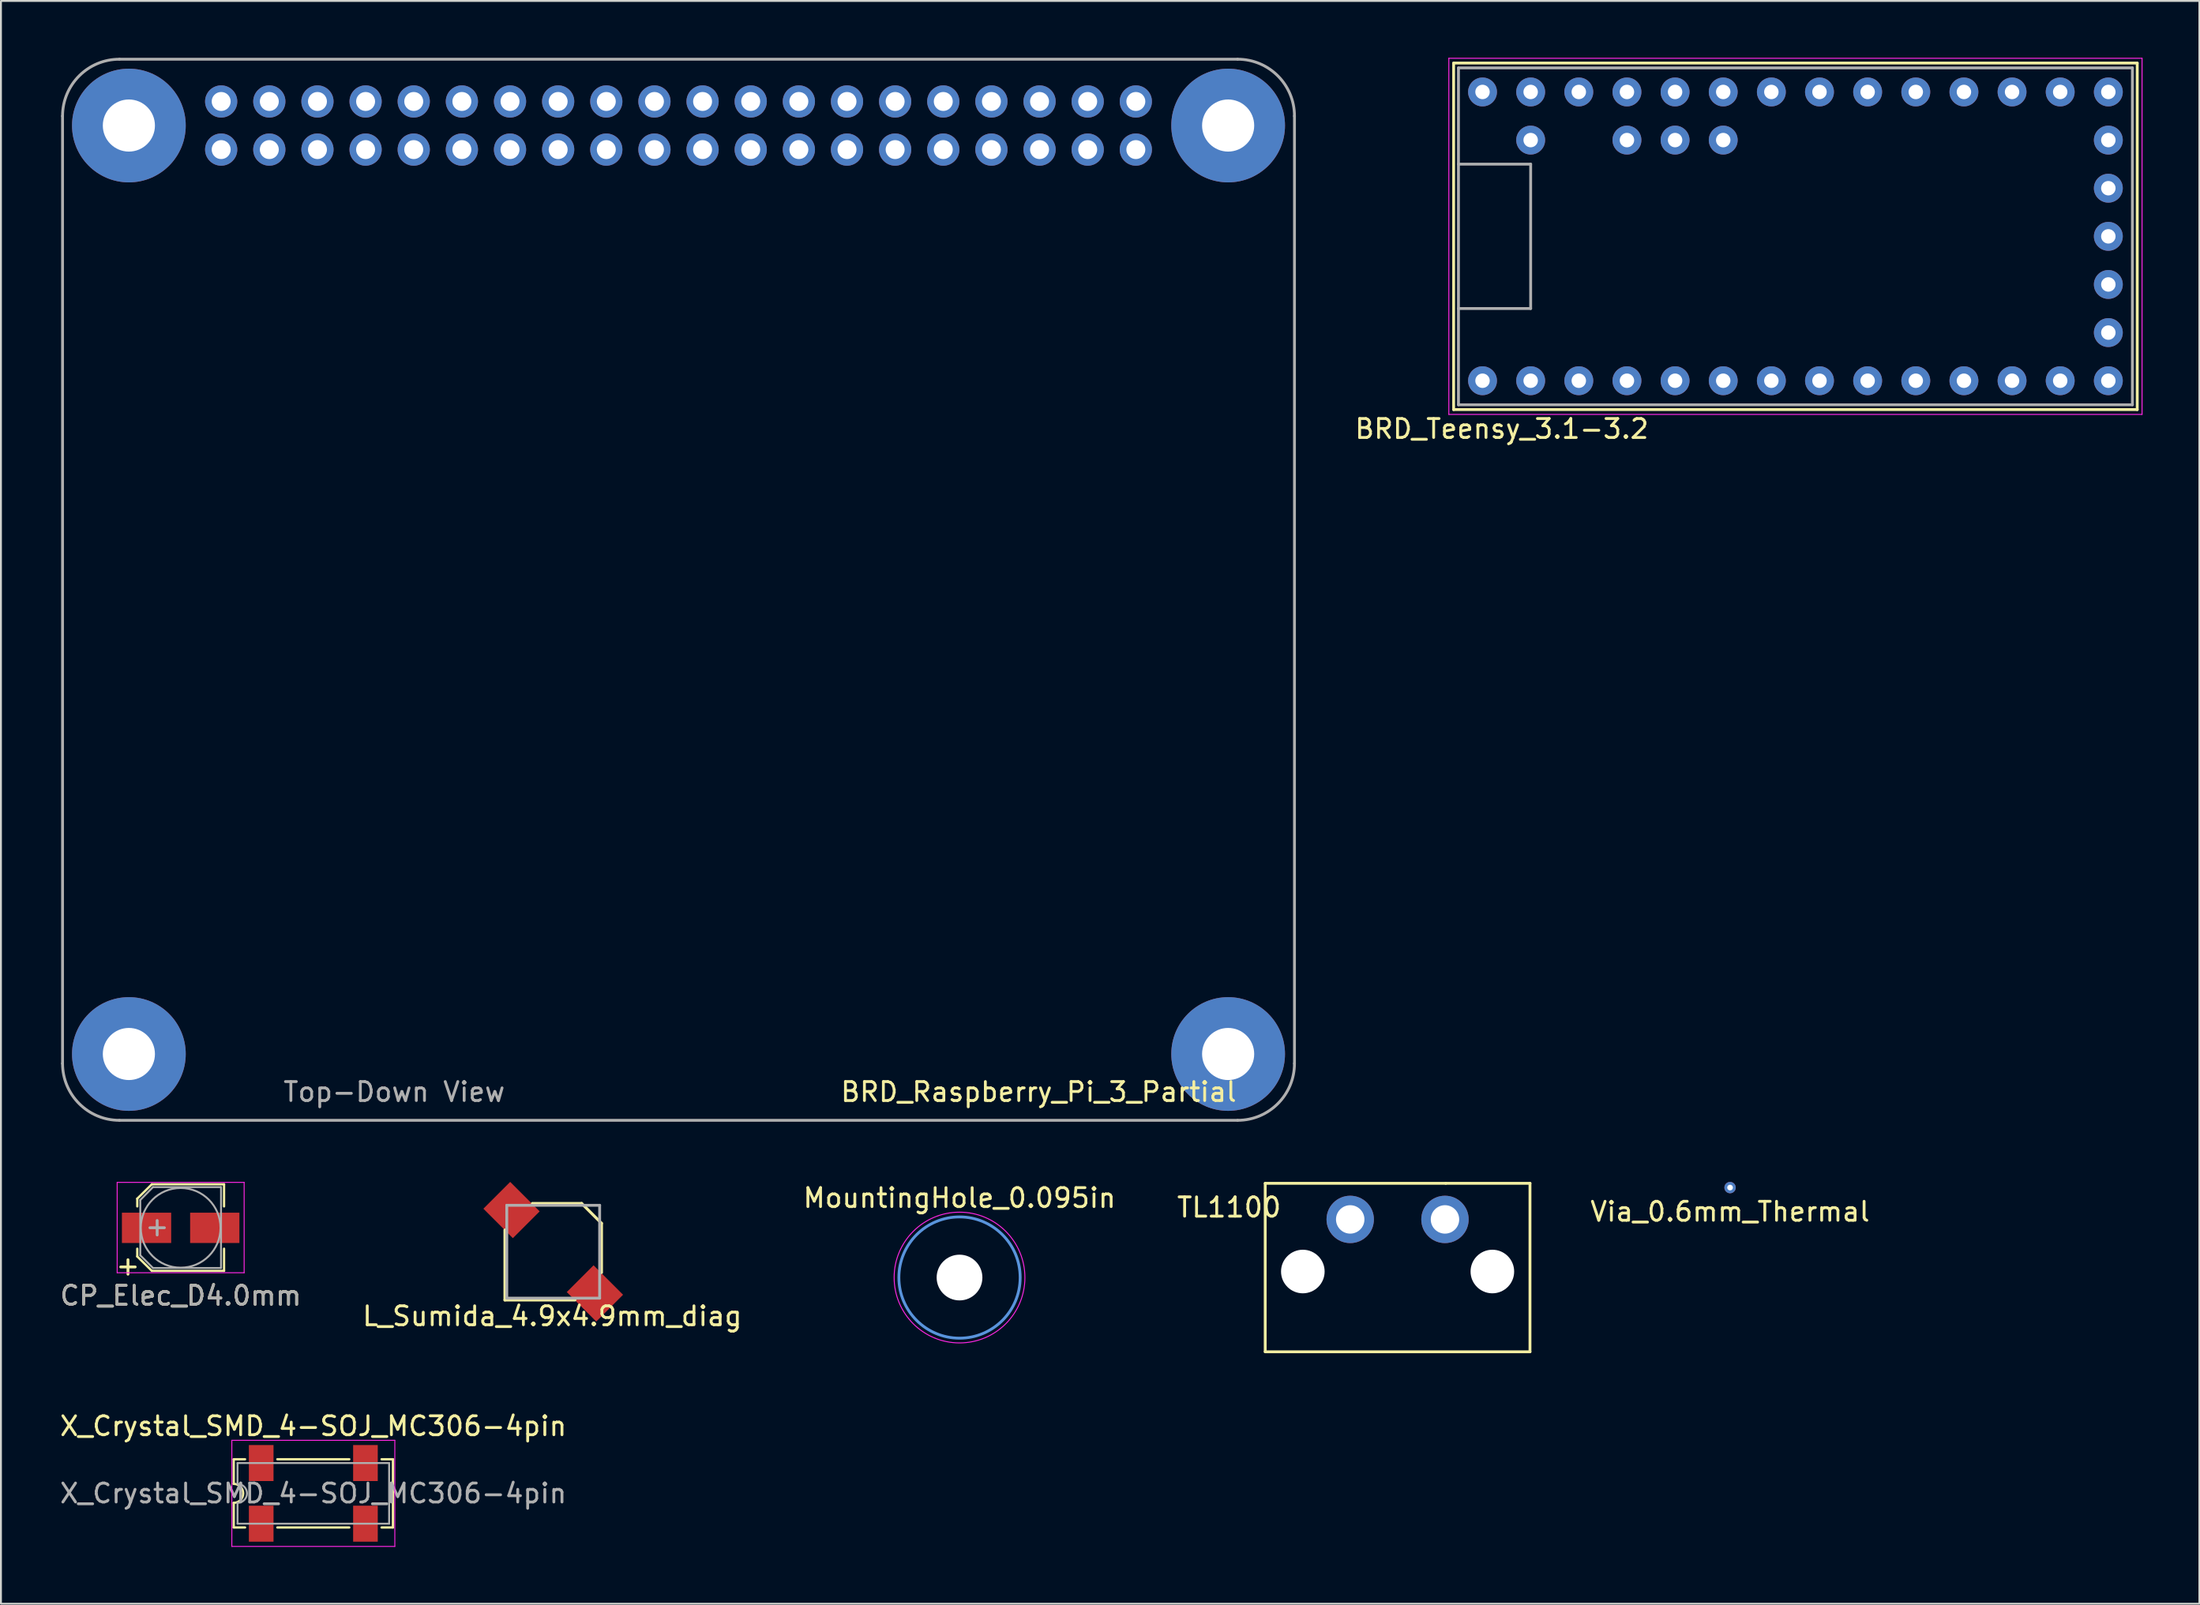
<source format=kicad_pcb>
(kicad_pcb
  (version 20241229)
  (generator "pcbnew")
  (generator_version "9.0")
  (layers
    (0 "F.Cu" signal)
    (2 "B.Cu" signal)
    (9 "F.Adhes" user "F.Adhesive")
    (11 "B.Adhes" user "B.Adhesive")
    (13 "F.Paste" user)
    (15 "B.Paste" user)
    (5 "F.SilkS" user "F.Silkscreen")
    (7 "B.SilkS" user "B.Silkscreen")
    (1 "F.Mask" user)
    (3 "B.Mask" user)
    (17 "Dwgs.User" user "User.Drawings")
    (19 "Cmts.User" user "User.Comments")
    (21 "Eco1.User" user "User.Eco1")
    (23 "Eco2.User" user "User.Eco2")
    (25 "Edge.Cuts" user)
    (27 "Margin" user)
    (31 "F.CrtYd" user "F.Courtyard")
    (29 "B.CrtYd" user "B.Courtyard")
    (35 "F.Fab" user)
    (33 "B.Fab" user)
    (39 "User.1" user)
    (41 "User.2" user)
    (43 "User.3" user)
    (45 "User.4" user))
  (footprint "L_Sumida_4.9x4.9mm_diag"
    (layer "F.Cu")
    (at 26.139 63.01)
    (property "Reference" "L_Sumida_4.9x4.9mm_diag" (at -0.05 3.4 0) (layer "F.SilkS") (effects (font (size 1 1) (thickness 0.15))))
    (attr through_hole)
    (fp_line (start -2.55 2.55) (end -2.55 -1.15) (stroke (width 0.15) (type solid)) (layer "F.SilkS"))
    (fp_line (start -2.55 2.55) (end 1.15 2.55) (stroke (width 0.15) (type solid)) (layer "F.SilkS"))
    (fp_line (start 1.5 -2.55) (end -1.1 -2.55) (stroke (width 0.15) (type solid)) (layer "F.SilkS"))
    (fp_line (start 1.5 -2.55) (end 2.55 -1.5) (stroke (width 0.15) (type solid)) (layer "F.SilkS"))
    (fp_line (start 2.55 -1.5) (end 2.55 1.1) (stroke (width 0.15) (type solid)) (layer "F.SilkS"))
    (fp_line (start -2.45 -2.45) (end -2.45 2.45) (stroke (width 0.15) (type solid)) (layer "F.Fab"))
    (fp_line (start 2.45 -2.45) (end -2.45 -2.45) (stroke (width 0.15) (type solid)) (layer "F.Fab"))
    (fp_line (start 2.45 -2.45) (end 2.45 2.45) (stroke (width 0.15) (type solid)) (layer "F.Fab"))
    (fp_line (start 2.45 2.45) (end -2.45 2.45) (stroke (width 0.15) (type solid)) (layer "F.Fab"))
    (pad "1" smd rect (at -2.2 -2.2 45) (size 2 2.2) (layers "F.Cu" "F.Mask" "F.Paste"))
    (pad "2" smd rect (at 2.2 2.2 45) (size 2 2.2) (layers "F.Cu" "F.Mask" "F.Paste")))
  (footprint "MountingHole_0.095in"
    (layer "F.Cu")
    (at 47.577 64.373)
    (property "Reference" "MountingHole_0.095in" (at 0 -4.2 0) (layer "F.SilkS") (effects (font (size 1 1) (thickness 0.15))))
    (attr through_hole)
    (fp_circle (center 0 0) (end 3.2 0) (stroke (width 0.15) (type solid)) (fill no) (layer "Cmts.User"))
    (fp_circle (center 0 0) (end 3.45 0) (stroke (width 0.05) (type solid)) (fill no) (layer "F.CrtYd"))
    (pad "" np_thru_hole circle (at 0 0) (size 2.413 2.413) (drill 2.413) (layers "*.Cu" "*.Mask")))
  (footprint "BRD_Raspberry_Pi_3_Partial"
    (layer "F.Cu")
    (at 0.25 56.075)
    (property "Reference" "BRD_Raspberry_Pi_3_Partial" (at 51.5 -1.5 0) (layer "F.SilkS") (effects (font (size 1 1) (thickness 0.15))))
    (attr through_hole)
    (fp_line (start 0 -3) (end 0 -53) (stroke (width 0.15) (type solid)) (layer "F.Fab"))
    (fp_line (start 3 -56) (end 62 -56) (stroke (width 0.15) (type solid)) (layer "F.Fab"))
    (fp_line (start 3 0) (end 62 0) (stroke (width 0.15) (type solid)) (layer "F.Fab"))
    (fp_line (start 65 -3) (end 65 -53) (stroke (width 0.15) (type solid)) (layer "F.Fab"))
    (fp_arc (start 0 -53) (mid 0.87868 -55.12132) (end 3 -56) (stroke (width 0.15) (type solid)) (layer "F.Fab"))
    (fp_arc (start 3 0) (mid 0.87868 -0.87868) (end 0 -3) (stroke (width 0.15) (type solid)) (layer "F.Fab"))
    (fp_arc (start 62 -56) (mid 64.12132 -55.12132) (end 65 -53) (stroke (width 0.15) (type solid)) (layer "F.Fab"))
    (fp_arc (start 65 -3) (mid 64.12132 -0.87868) (end 62 0) (stroke (width 0.15) (type solid)) (layer "F.Fab"))
    (fp_text user "Top-Down View" (at 17.5 -1.5 0) (layer "F.Fab") (effects (font (size 1 1) (thickness 0.15))))
    (pad "1" thru_hole circle (at 8.37 -51.23) (size 1.7 1.7) (drill 1) (layers "*.Cu" "*.Mask"))
    (pad "2" thru_hole circle (at 8.37 -53.77) (size 1.7 1.7) (drill 1) (layers "*.Cu" "*.Mask"))
    (pad "3" thru_hole circle (at 10.91 -51.23) (size 1.7 1.7) (drill 1) (layers "*.Cu" "*.Mask"))
    (pad "4" thru_hole circle (at 10.91 -53.77) (size 1.7 1.7) (drill 1) (layers "*.Cu" "*.Mask"))
    (pad "5" thru_hole circle (at 13.45 -51.23) (size 1.7 1.7) (drill 1) (layers "*.Cu" "*.Mask"))
    (pad "6" thru_hole circle (at 13.45 -53.77) (size 1.7 1.7) (drill 1) (layers "*.Cu" "*.Mask"))
    (pad "7" thru_hole circle (at 15.99 -51.23) (size 1.7 1.7) (drill 1) (layers "*.Cu" "*.Mask"))
    (pad "8" thru_hole circle (at 15.99 -53.77) (size 1.7 1.7) (drill 1) (layers "*.Cu" "*.Mask"))
    (pad "9" thru_hole circle (at 18.53 -51.23) (size 1.7 1.7) (drill 1) (layers "*.Cu" "*.Mask"))
    (pad "10" thru_hole circle (at 18.53 -53.77) (size 1.7 1.7) (drill 1) (layers "*.Cu" "*.Mask"))
    (pad "11" thru_hole circle (at 21.07 -51.23) (size 1.7 1.7) (drill 1) (layers "*.Cu" "*.Mask"))
    (pad "12" thru_hole circle (at 21.07 -53.77) (size 1.7 1.7) (drill 1) (layers "*.Cu" "*.Mask"))
    (pad "13" thru_hole circle (at 23.61 -51.23) (size 1.7 1.7) (drill 1) (layers "*.Cu" "*.Mask"))
    (pad "14" thru_hole circle (at 23.61 -53.77) (size 1.7 1.7) (drill 1) (layers "*.Cu" "*.Mask"))
    (pad "15" thru_hole circle (at 26.15 -51.23) (size 1.7 1.7) (drill 1) (layers "*.Cu" "*.Mask"))
    (pad "16" thru_hole circle (at 26.15 -53.77) (size 1.7 1.7) (drill 1) (layers "*.Cu" "*.Mask"))
    (pad "17" thru_hole circle (at 28.69 -51.23) (size 1.7 1.7) (drill 1) (layers "*.Cu" "*.Mask"))
    (pad "18" thru_hole circle (at 28.69 -53.77) (size 1.7 1.7) (drill 1) (layers "*.Cu" "*.Mask"))
    (pad "19" thru_hole circle (at 31.23 -51.23) (size 1.7 1.7) (drill 1) (layers "*.Cu" "*.Mask"))
    (pad "20" thru_hole circle (at 31.23 -53.77) (size 1.7 1.7) (drill 1) (layers "*.Cu" "*.Mask"))
    (pad "21" thru_hole circle (at 33.77 -51.23) (size 1.7 1.7) (drill 1) (layers "*.Cu" "*.Mask"))
    (pad "22" thru_hole circle (at 33.77 -53.77) (size 1.7 1.7) (drill 1) (layers "*.Cu" "*.Mask"))
    (pad "23" thru_hole circle (at 36.31 -51.23) (size 1.7 1.7) (drill 1) (layers "*.Cu" "*.Mask"))
    (pad "24" thru_hole circle (at 36.31 -53.77) (size 1.7 1.7) (drill 1) (layers "*.Cu" "*.Mask"))
    (pad "25" thru_hole circle (at 38.85 -51.23) (size 1.7 1.7) (drill 1) (layers "*.Cu" "*.Mask"))
    (pad "26" thru_hole circle (at 38.85 -53.77) (size 1.7 1.7) (drill 1) (layers "*.Cu" "*.Mask"))
    (pad "27" thru_hole circle (at 41.39 -51.23) (size 1.7 1.7) (drill 1) (layers "*.Cu" "*.Mask"))
    (pad "28" thru_hole circle (at 41.39 -53.77) (size 1.7 1.7) (drill 1) (layers "*.Cu" "*.Mask"))
    (pad "29" thru_hole circle (at 43.93 -51.23) (size 1.7 1.7) (drill 1) (layers "*.Cu" "*.Mask"))
    (pad "30" thru_hole circle (at 43.93 -53.77) (size 1.7 1.7) (drill 1) (layers "*.Cu" "*.Mask"))
    (pad "31" thru_hole circle (at 46.47 -51.23) (size 1.7 1.7) (drill 1) (layers "*.Cu" "*.Mask"))
    (pad "32" thru_hole circle (at 46.47 -53.77) (size 1.7 1.7) (drill 1) (layers "*.Cu" "*.Mask"))
    (pad "33" thru_hole circle (at 49.01 -51.23) (size 1.7 1.7) (drill 1) (layers "*.Cu" "*.Mask"))
    (pad "34" thru_hole circle (at 49.01 -53.77) (size 1.7 1.7) (drill 1) (layers "*.Cu" "*.Mask"))
    (pad "35" thru_hole circle (at 51.55 -51.23) (size 1.7 1.7) (drill 1) (layers "*.Cu" "*.Mask"))
    (pad "36" thru_hole circle (at 51.55 -53.77) (size 1.7 1.7) (drill 1) (layers "*.Cu" "*.Mask"))
    (pad "37" thru_hole circle (at 54.09 -51.23) (size 1.7 1.7) (drill 1) (layers "*.Cu" "*.Mask"))
    (pad "38" thru_hole circle (at 54.09 -53.77) (size 1.7 1.7) (drill 1) (layers "*.Cu" "*.Mask"))
    (pad "39" thru_hole circle (at 56.63 -51.23) (size 1.7 1.7) (drill 1) (layers "*.Cu" "*.Mask"))
    (pad "40" thru_hole circle (at 56.63 -53.77) (size 1.7 1.7) (drill 1) (layers "*.Cu" "*.Mask"))
    (pad "41" thru_hole circle (at 3.5 -52.5) (size 6 6) (drill 2.75) (layers "*.Cu" "*.Mask"))
    (pad "42" thru_hole circle (at 61.5 -52.5) (size 6 6) (drill 2.75) (layers "*.Cu" "*.Mask"))
    (pad "43" thru_hole circle (at 3.5 -3.5) (size 6 6) (drill 2.75) (layers "*.Cu" "*.Mask"))
    (pad "44" thru_hole circle (at 61.5 -3.5) (size 6 6) (drill 2.75) (layers "*.Cu" "*.Mask")))
  (footprint "X_Crystal_SMD_4-SOJ_MC306-4pin"
    (layer "F.Cu")
    (at 13.482 75.763)
    (property "Reference" "X_Crystal_SMD_4-SOJ_MC306-4pin" (at 0 -3.55 0) (layer "F.SilkS") (effects (font (size 1 1) (thickness 0.15))))
    (attr smd)
    (fp_line (start -4.2 -1.8) (end -3.6 -1.8) (stroke (width 0.12) (type solid)) (layer "F.SilkS"))
    (fp_line (start -4.2 -0.5) (end -4.2 -1.8) (stroke (width 0.12) (type solid)) (layer "F.SilkS"))
    (fp_line (start -4.2 1.8) (end -4.2 0.5) (stroke (width 0.12) (type solid)) (layer "F.SilkS"))
    (fp_line (start -4.2 1.8) (end -3.6 1.8) (stroke (width 0.12) (type solid)) (layer "F.SilkS"))
    (fp_line (start -1.9 -1.8) (end 1.9 -1.8) (stroke (width 0.12) (type solid)) (layer "F.SilkS"))
    (fp_line (start 1.9 1.8) (end -1.9 1.8) (stroke (width 0.12) (type solid)) (layer "F.SilkS"))
    (fp_line (start 3.6 -1.8) (end 4.2 -1.8) (stroke (width 0.12) (type solid)) (layer "F.SilkS"))
    (fp_line (start 4.2 -1.8) (end 4.2 1.8) (stroke (width 0.12) (type solid)) (layer "F.SilkS"))
    (fp_line (start 4.2 1.8) (end 3.6 1.8) (stroke (width 0.12) (type solid)) (layer "F.SilkS"))
    (fp_arc (start -4.2 -0.5) (mid -3.7 0) (end -4.2 0.5) (stroke (width 0.12) (type solid)) (layer "F.SilkS"))
    (fp_line (start -4.3 -2.8) (end -4.3 2.8) (stroke (width 0.05) (type solid)) (layer "F.CrtYd"))
    (fp_line (start -4.3 2.8) (end 4.3 2.8) (stroke (width 0.05) (type solid)) (layer "F.CrtYd"))
    (fp_line (start 4.3 -2.8) (end -4.3 -2.8) (stroke (width 0.05) (type solid)) (layer "F.CrtYd"))
    (fp_line (start 4.3 2.8) (end 4.3 -2.8) (stroke (width 0.05) (type solid)) (layer "F.CrtYd"))
    (fp_line (start -4 -1.6) (end 4 -1.6) (stroke (width 0.1) (type solid)) (layer "F.Fab"))
    (fp_line (start -4 -0.5) (end -4 -1.6) (stroke (width 0.1) (type solid)) (layer "F.Fab"))
    (fp_line (start -4 1.6) (end -4 0.5) (stroke (width 0.1) (type solid)) (layer "F.Fab"))
    (fp_line (start 4 -1.6) (end 4 1.6) (stroke (width 0.1) (type solid)) (layer "F.Fab"))
    (fp_line (start 4 1.6) (end -4 1.6) (stroke (width 0.1) (type solid)) (layer "F.Fab"))
    (fp_arc (start -4 -0.5) (mid -3.5 0) (end -4 0.5) (stroke (width 0.1) (type solid)) (layer "F.Fab"))
    (fp_text user "${REFERENCE}" (at 0 0 0) (layer "F.Fab") (effects (font (size 1 1) (thickness 0.15))))
    (pad "1" smd rect (at -2.75 1.6) (size 1.3 1.9) (layers "F.Cu" "F.Mask" "F.Paste"))
    (pad "2" smd rect (at 2.75 1.6) (size 1.3 1.9) (layers "F.Cu" "F.Mask" "F.Paste"))
    (pad "3" smd rect (at 2.75 -1.6) (size 1.3 1.9) (layers "F.Cu" "F.Mask" "F.Paste"))
    (pad "4" smd rect (at -2.75 -1.6) (size 1.3 1.9) (layers "F.Cu" "F.Mask" "F.Paste")))
  (footprint "CP_Elec_D4.0mm"
    (layer "F.Cu")
    (at 6.482 61.75)
    (property "Reference" "CP_Elec_D4.0mm" (at 0 3.58 180) (layer "F.SilkS") (effects (font (size 1 1) (thickness 0.15))))
    (attr smd)
    (fp_line (start -2.29 -1.54) (end -2.29 -1.13) (stroke (width 0.12) (type solid)) (layer "F.SilkS"))
    (fp_line (start -2.29 1.51) (end -2.29 1.1) (stroke (width 0.12) (type solid)) (layer "F.SilkS"))
    (fp_line (start -1.52 -2.3) (end -2.29 -1.54) (stroke (width 0.12) (type solid)) (layer "F.SilkS"))
    (fp_line (start -1.52 -2.3) (end 2.29 -2.3) (stroke (width 0.12) (type solid)) (layer "F.SilkS"))
    (fp_line (start -1.52 2.27) (end -2.29 1.51) (stroke (width 0.12) (type solid)) (layer "F.SilkS"))
    (fp_line (start -1.52 2.27) (end 2.29 2.27) (stroke (width 0.12) (type solid)) (layer "F.SilkS"))
    (fp_line (start 2.29 -2.3) (end 2.29 -1.13) (stroke (width 0.12) (type solid)) (layer "F.SilkS"))
    (fp_line (start 2.29 2.27) (end 2.29 1.1) (stroke (width 0.12) (type solid)) (layer "F.SilkS"))
    (fp_line (start -3.35 -2.4) (end -3.35 2.37) (stroke (width 0.05) (type solid)) (layer "F.CrtYd"))
    (fp_line (start -3.35 -2.4) (end 3.35 -2.4) (stroke (width 0.05) (type solid)) (layer "F.CrtYd"))
    (fp_line (start 3.35 2.37) (end -3.35 2.37) (stroke (width 0.05) (type solid)) (layer "F.CrtYd"))
    (fp_line (start 3.35 2.37) (end 3.35 -2.4) (stroke (width 0.05) (type solid)) (layer "F.CrtYd"))
    (fp_line (start -2.13 -1.47) (end -2.13 1.45) (stroke (width 0.1) (type solid)) (layer "F.Fab"))
    (fp_line (start -2.13 1.45) (end -1.46 2.12) (stroke (width 0.1) (type solid)) (layer "F.Fab"))
    (fp_line (start -1.46 -2.15) (end -2.13 -1.47) (stroke (width 0.1) (type solid)) (layer "F.Fab"))
    (fp_line (start -1.46 2.12) (end 2.13 2.12) (stroke (width 0.1) (type solid)) (layer "F.Fab"))
    (fp_line (start 2.13 -2.15) (end -1.46 -2.15) (stroke (width 0.1) (type solid)) (layer "F.Fab"))
    (fp_line (start 2.13 2.12) (end 2.13 -2.15) (stroke (width 0.1) (type solid)) (layer "F.Fab"))
    (fp_circle (center 0 0) (end 0.1 2.1) (stroke (width 0.1) (type solid)) (fill no) (layer "F.Fab"))
    (fp_text user "+" (at -2.78 1.99 180) (layer "F.SilkS") (effects (font (size 1 1) (thickness 0.15))))
    (fp_text user "+" (at -1.24 -0.08 0) (layer "F.Fab") (effects (font (size 1 1) (thickness 0.15))))
    (fp_text user "${REFERENCE}" (at 0 3.58 180) (layer "F.Fab") (effects (font (size 1 1) (thickness 0.15))))
    (pad "1" smd rect (at -1.8 0 180) (size 2.6 1.6) (layers "F.Cu" "F.Mask" "F.Paste"))
    (pad "2" smd rect (at 1.8 0 180) (size 2.6 1.6) (layers "F.Cu" "F.Mask" "F.Paste")))
  (footprint "Via_0.6mm_Thermal"
    (layer "F.Cu")
    (at 88.233 59.625)
    (property "Reference" "Via_0.6mm_Thermal" (at 0 1.27 0) (layer "F.SilkS") (effects (font (size 1 1) (thickness 0.15))))
    (attr through_hole)
    (pad "1" thru_hole circle (at 0 0) (size 0.6 0.6) (drill 0.3) (layers "*.Cu" "*.Mask")))
  (footprint "BRD_Teensy_3.1-3.2"
    (layer "F.Cu")
    (at 73.902 18.313)
    (property "Reference" "BRD_Teensy_3.1-3.2" (at 2.286 1.27 0) (layer "F.SilkS") (effects (font (size 1 1) (thickness 0.15))))
    (attr through_hole)
    (fp_line (start -0.254 -18.034) (end -0.254 0.254) (stroke (width 0.15) (type solid)) (layer "F.SilkS"))
    (fp_line (start -0.254 0.254) (end 35.814 0.254) (stroke (width 0.15) (type solid)) (layer "F.SilkS"))
    (fp_line (start 35.814 -18.034) (end -0.254 -18.034) (stroke (width 0.15) (type solid)) (layer "F.SilkS"))
    (fp_line (start 35.814 0.254) (end 35.814 -18.034) (stroke (width 0.15) (type solid)) (layer "F.SilkS"))
    (fp_line (start -0.508 -18.288) (end 36.068 -18.288) (stroke (width 0.051) (type solid)) (layer "F.CrtYd"))
    (fp_line (start -0.508 0.508) (end -0.508 -18.288) (stroke (width 0.051) (type solid)) (layer "F.CrtYd"))
    (fp_line (start 36.068 -18.288) (end 36.068 0.508) (stroke (width 0.051) (type solid)) (layer "F.CrtYd"))
    (fp_line (start 36.068 0.508) (end -0.508 0.508) (stroke (width 0.051) (type solid)) (layer "F.CrtYd"))
    (fp_line (start 0 -17.78) (end 0 0) (stroke (width 0.15) (type solid)) (layer "F.Fab"))
    (fp_line (start 0 -12.7) (end 3.81 -12.7) (stroke (width 0.15) (type solid)) (layer "F.Fab"))
    (fp_line (start 0 0) (end 35.56 0) (stroke (width 0.15) (type solid)) (layer "F.Fab"))
    (fp_line (start 3.81 -12.7) (end 3.81 -5.08) (stroke (width 0.15) (type solid)) (layer "F.Fab"))
    (fp_line (start 3.81 -5.08) (end 0 -5.08) (stroke (width 0.15) (type solid)) (layer "F.Fab"))
    (fp_line (start 35.56 -17.78) (end 0 -17.78) (stroke (width 0.15) (type solid)) (layer "F.Fab"))
    (fp_line (start 35.56 0) (end 35.56 -17.78) (stroke (width 0.15) (type solid)) (layer "F.Fab"))
    (pad "1" thru_hole circle (at 1.27 -1.27) (size 1.524 1.524) (drill 0.762) (layers "*.Cu" "*.Mask"))
    (pad "2" thru_hole circle (at 3.81 -1.27) (size 1.524 1.524) (drill 0.762) (layers "*.Cu" "*.Mask"))
    (pad "3" thru_hole circle (at 6.35 -1.27) (size 1.524 1.524) (drill 0.762) (layers "*.Cu" "*.Mask"))
    (pad "4" thru_hole circle (at 8.89 -1.27) (size 1.524 1.524) (drill 0.762) (layers "*.Cu" "*.Mask"))
    (pad "5" thru_hole circle (at 11.43 -1.27) (size 1.524 1.524) (drill 0.762) (layers "*.Cu" "*.Mask"))
    (pad "6" thru_hole circle (at 13.97 -1.27) (size 1.524 1.524) (drill 0.762) (layers "*.Cu" "*.Mask"))
    (pad "7" thru_hole circle (at 16.51 -1.27) (size 1.524 1.524) (drill 0.762) (layers "*.Cu" "*.Mask"))
    (pad "8" thru_hole circle (at 19.05 -1.27) (size 1.524 1.524) (drill 0.762) (layers "*.Cu" "*.Mask"))
    (pad "9" thru_hole circle (at 21.59 -1.27) (size 1.524 1.524) (drill 0.762) (layers "*.Cu" "*.Mask"))
    (pad "10" thru_hole circle (at 24.13 -1.27) (size 1.524 1.524) (drill 0.762) (layers "*.Cu" "*.Mask"))
    (pad "11" thru_hole circle (at 26.67 -1.27) (size 1.524 1.524) (drill 0.762) (layers "*.Cu" "*.Mask"))
    (pad "12" thru_hole circle (at 29.21 -1.27) (size 1.524 1.524) (drill 0.762) (layers "*.Cu" "*.Mask"))
    (pad "13" thru_hole circle (at 31.75 -1.27) (size 1.524 1.524) (drill 0.762) (layers "*.Cu" "*.Mask"))
    (pad "14" thru_hole circle (at 34.29 -1.27) (size 1.524 1.524) (drill 0.762) (layers "*.Cu" "*.Mask"))
    (pad "15" thru_hole circle (at 34.29 -3.81) (size 1.524 1.524) (drill 0.762) (layers "*.Cu" "*.Mask"))
    (pad "16" thru_hole circle (at 34.29 -6.35) (size 1.524 1.524) (drill 0.762) (layers "*.Cu" "*.Mask"))
    (pad "17" thru_hole circle (at 34.29 -8.89) (size 1.524 1.524) (drill 0.762) (layers "*.Cu" "*.Mask"))
    (pad "18" thru_hole circle (at 34.29 -11.43) (size 1.524 1.524) (drill 0.762) (layers "*.Cu" "*.Mask"))
    (pad "19" thru_hole circle (at 34.29 -13.97) (size 1.524 1.524) (drill 0.762) (layers "*.Cu" "*.Mask"))
    (pad "20" thru_hole circle (at 34.29 -16.51) (size 1.524 1.524) (drill 0.762) (layers "*.Cu" "*.Mask"))
    (pad "21" thru_hole circle (at 31.75 -16.51) (size 1.524 1.524) (drill 0.762) (layers "*.Cu" "*.Mask"))
    (pad "22" thru_hole circle (at 29.21 -16.51) (size 1.524 1.524) (drill 0.762) (layers "*.Cu" "*.Mask"))
    (pad "23" thru_hole circle (at 26.67 -16.51) (size 1.524 1.524) (drill 0.762) (layers "*.Cu" "*.Mask"))
    (pad "24" thru_hole circle (at 24.13 -16.51) (size 1.524 1.524) (drill 0.762) (layers "*.Cu" "*.Mask"))
    (pad "25" thru_hole circle (at 21.59 -16.51) (size 1.524 1.524) (drill 0.762) (layers "*.Cu" "*.Mask"))
    (pad "26" thru_hole circle (at 19.05 -16.51) (size 1.524 1.524) (drill 0.762) (layers "*.Cu" "*.Mask"))
    (pad "27" thru_hole circle (at 16.51 -16.51) (size 1.524 1.524) (drill 0.762) (layers "*.Cu" "*.Mask"))
    (pad "28" thru_hole circle (at 13.97 -16.51) (size 1.524 1.524) (drill 0.762) (layers "*.Cu" "*.Mask"))
    (pad "29" thru_hole circle (at 11.43 -16.51) (size 1.524 1.524) (drill 0.762) (layers "*.Cu" "*.Mask"))
    (pad "30" thru_hole circle (at 8.89 -16.51) (size 1.524 1.524) (drill 0.762) (layers "*.Cu" "*.Mask"))
    (pad "31" thru_hole circle (at 6.35 -16.51) (size 1.524 1.524) (drill 0.762) (layers "*.Cu" "*.Mask"))
    (pad "32" thru_hole circle (at 3.81 -16.51) (size 1.524 1.524) (drill 0.762) (layers "*.Cu" "*.Mask"))
    (pad "33" thru_hole circle (at 1.27 -16.51) (size 1.524 1.524) (drill 0.762) (layers "*.Cu" "*.Mask"))
    (pad "34" thru_hole circle (at 3.81 -13.97) (size 1.524 1.524) (drill 0.762) (layers "*.Cu" "*.Mask"))
    (pad "35" thru_hole circle (at 8.89 -13.97) (size 1.524 1.524) (drill 0.762) (layers "*.Cu" "*.Mask"))
    (pad "36" thru_hole circle (at 11.43 -13.97) (size 1.524 1.524) (drill 0.762) (layers "*.Cu" "*.Mask"))
    (pad "37" thru_hole circle (at 13.97 -13.97) (size 1.524 1.524) (drill 0.762) (layers "*.Cu" "*.Mask")))
  (footprint "TL1100"
    (layer "F.Cu")
    (at 70.691 61.305)
    (property "Reference" "TL1100" (at -8.89 -0.635 0) (layer "F.SilkS") (effects (font (size 1.016 1.016) (thickness 0.152))))
    (attr through_hole)
    (fp_line (start -6.985 -1.905) (end -6.985 6.985) (stroke (width 0.15) (type solid)) (layer "F.SilkS"))
    (fp_line (start -6.985 -1.905) (end 2.54 -1.905) (stroke (width 0.15) (type solid)) (layer "F.SilkS"))
    (fp_line (start 2.54 -1.905) (end 6.985 -1.905) (stroke (width 0.15) (type solid)) (layer "F.SilkS"))
    (fp_line (start 6.985 -1.905) (end 6.985 6.985) (stroke (width 0.15) (type solid)) (layer "F.SilkS"))
    (fp_line (start 6.985 6.985) (end -6.985 6.985) (stroke (width 0.15) (type solid)) (layer "F.SilkS"))
    (pad "" np_thru_hole circle (at -5 2.75) (size 2.3 2.3) (drill 2.3) (layers "*.Cu" "*.Mask"))
    (pad "" np_thru_hole circle (at 5 2.75) (size 2.3 2.3) (drill 2.3) (layers "*.Cu" "*.Mask"))
    (pad "1" thru_hole circle (at -2.5 0) (size 2.5 2.5) (drill 1.5) (layers "*.Cu" "*.Mask"))
    (pad "1" thru_hole circle (at 2.5 0) (size 2.5 2.5) (drill 1.5) (layers "*.Cu" "*.Mask")))
  (gr_rect
    (start -3 -3)
    (end 112.995 81.588)
    (stroke (width 0.1) (type default))
    (fill no)
    (layer "Edge.Cuts")))
</source>
